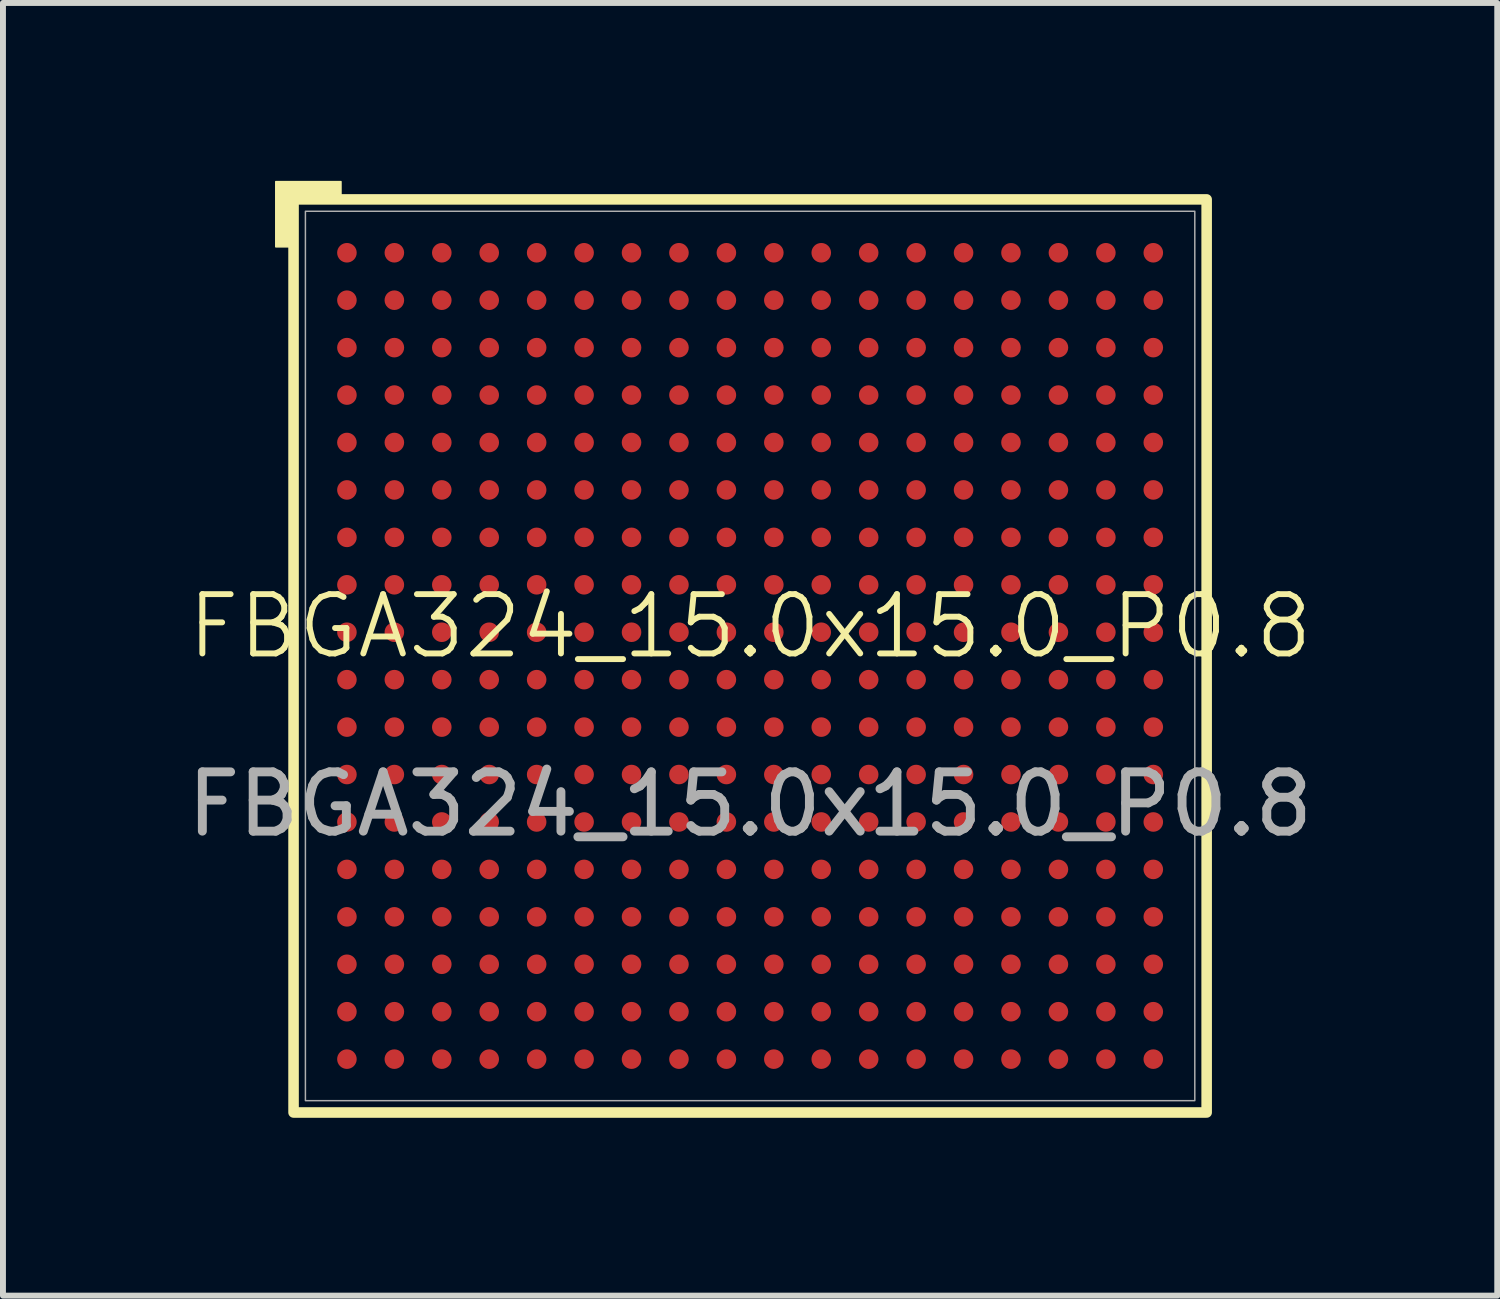
<source format=kicad_pcb>
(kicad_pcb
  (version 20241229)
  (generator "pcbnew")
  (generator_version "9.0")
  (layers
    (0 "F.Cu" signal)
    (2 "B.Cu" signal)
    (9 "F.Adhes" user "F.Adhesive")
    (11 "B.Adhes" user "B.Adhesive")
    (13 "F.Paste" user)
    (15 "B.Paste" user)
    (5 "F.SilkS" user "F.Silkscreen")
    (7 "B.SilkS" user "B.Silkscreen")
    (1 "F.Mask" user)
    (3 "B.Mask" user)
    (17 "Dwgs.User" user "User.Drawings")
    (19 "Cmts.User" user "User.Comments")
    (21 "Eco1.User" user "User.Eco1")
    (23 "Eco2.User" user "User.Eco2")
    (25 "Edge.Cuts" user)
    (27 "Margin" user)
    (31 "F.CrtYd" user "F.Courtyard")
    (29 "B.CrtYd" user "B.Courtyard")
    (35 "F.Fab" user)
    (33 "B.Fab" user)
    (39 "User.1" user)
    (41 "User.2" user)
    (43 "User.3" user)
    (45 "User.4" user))
  (footprint "FBGA324_15.0x15.0_P0.8"
    (layer "F.Cu")
    (at 9.601 8.013)
    (property "Reference" "FBGA324_15.0x15.0_P0.8" (at 0 -0.5 0) (unlocked yes) (layer "F.SilkS") (effects (font (size 1 1) (thickness 0.1))))
    (attr smd)
    (fp_rect (start -7.7 7.7) (end 7.7 -7.7) (stroke (width 0.178) (type default)) (fill no) (layer "F.SilkS"))
    (fp_poly (pts (xy -7.7 -6.9) (xy -8 -6.9) (xy -8 -8) (xy -6.9 -8) (xy -6.9 -7.7) (xy -7.7 -7.7)) (stroke (width 0.025) (type solid)) (fill yes) (layer "F.SilkS"))
    (fp_rect (start -7.5 7.5) (end 7.5 -7.5) (stroke (width 0.025) (type default)) (fill no) (layer "F.Fab"))
    (fp_text user "${REFERENCE}" (at 0 2.5 0) (unlocked yes) (layer "F.Fab") (effects (font (size 1 1) (thickness 0.15))))
    (pad "A1" smd circle (at -6.8 -6.8) (size 0.33 0.33) (layers "F.Cu" "F.Mask" "F.Paste"))
    (pad "A2" smd circle (at -6 -6.8) (size 0.33 0.33) (layers "F.Cu" "F.Mask" "F.Paste"))
    (pad "A3" smd circle (at -5.2 -6.8) (size 0.33 0.33) (layers "F.Cu" "F.Mask" "F.Paste"))
    (pad "A4" smd circle (at -4.4 -6.8) (size 0.33 0.33) (layers "F.Cu" "F.Mask" "F.Paste"))
    (pad "A5" smd circle (at -3.6 -6.8) (size 0.33 0.33) (layers "F.Cu" "F.Mask" "F.Paste"))
    (pad "A6" smd circle (at -2.8 -6.8) (size 0.33 0.33) (layers "F.Cu" "F.Mask" "F.Paste"))
    (pad "A7" smd circle (at -2 -6.8) (size 0.33 0.33) (layers "F.Cu" "F.Mask" "F.Paste"))
    (pad "A8" smd circle (at -1.2 -6.8) (size 0.33 0.33) (layers "F.Cu" "F.Mask" "F.Paste"))
    (pad "A9" smd circle (at -0.4 -6.8) (size 0.33 0.33) (layers "F.Cu" "F.Mask" "F.Paste"))
    (pad "A10" smd circle (at 0.4 -6.8) (size 0.33 0.33) (layers "F.Cu" "F.Mask" "F.Paste"))
    (pad "A11" smd circle (at 1.2 -6.8) (size 0.33 0.33) (layers "F.Cu" "F.Mask" "F.Paste"))
    (pad "A12" smd circle (at 2 -6.8) (size 0.33 0.33) (layers "F.Cu" "F.Mask" "F.Paste"))
    (pad "A13" smd circle (at 2.8 -6.8) (size 0.33 0.33) (layers "F.Cu" "F.Mask" "F.Paste"))
    (pad "A14" smd circle (at 3.6 -6.8) (size 0.33 0.33) (layers "F.Cu" "F.Mask" "F.Paste"))
    (pad "A15" smd circle (at 4.4 -6.8) (size 0.33 0.33) (layers "F.Cu" "F.Mask" "F.Paste"))
    (pad "A16" smd circle (at 5.2 -6.8) (size 0.33 0.33) (layers "F.Cu" "F.Mask" "F.Paste"))
    (pad "A17" smd circle (at 6 -6.8) (size 0.33 0.33) (layers "F.Cu" "F.Mask" "F.Paste"))
    (pad "A18" smd circle (at 6.8 -6.8) (size 0.33 0.33) (layers "F.Cu" "F.Mask" "F.Paste"))
    (pad "B1" smd circle (at -6.8 -6) (size 0.33 0.33) (layers "F.Cu" "F.Mask" "F.Paste"))
    (pad "B2" smd circle (at -6 -6) (size 0.33 0.33) (layers "F.Cu" "F.Mask" "F.Paste"))
    (pad "B3" smd circle (at -5.2 -6) (size 0.33 0.33) (layers "F.Cu" "F.Mask" "F.Paste"))
    (pad "B4" smd circle (at -4.4 -6) (size 0.33 0.33) (layers "F.Cu" "F.Mask" "F.Paste"))
    (pad "B5" smd circle (at -3.6 -6) (size 0.33 0.33) (layers "F.Cu" "F.Mask" "F.Paste"))
    (pad "B6" smd circle (at -2.8 -6) (size 0.33 0.33) (layers "F.Cu" "F.Mask" "F.Paste"))
    (pad "B7" smd circle (at -2 -6) (size 0.33 0.33) (layers "F.Cu" "F.Mask" "F.Paste"))
    (pad "B8" smd circle (at -1.2 -6) (size 0.33 0.33) (layers "F.Cu" "F.Mask" "F.Paste"))
    (pad "B9" smd circle (at -0.4 -6) (size 0.33 0.33) (layers "F.Cu" "F.Mask" "F.Paste"))
    (pad "B10" smd circle (at 0.4 -6) (size 0.33 0.33) (layers "F.Cu" "F.Mask" "F.Paste"))
    (pad "B11" smd circle (at 1.2 -6) (size 0.33 0.33) (layers "F.Cu" "F.Mask" "F.Paste"))
    (pad "B12" smd circle (at 2 -6) (size 0.33 0.33) (layers "F.Cu" "F.Mask" "F.Paste"))
    (pad "B13" smd circle (at 2.8 -6) (size 0.33 0.33) (layers "F.Cu" "F.Mask" "F.Paste"))
    (pad "B14" smd circle (at 3.6 -6) (size 0.33 0.33) (layers "F.Cu" "F.Mask" "F.Paste"))
    (pad "B15" smd circle (at 4.4 -6) (size 0.33 0.33) (layers "F.Cu" "F.Mask" "F.Paste"))
    (pad "B16" smd circle (at 5.2 -6) (size 0.33 0.33) (layers "F.Cu" "F.Mask" "F.Paste"))
    (pad "B17" smd circle (at 6 -6) (size 0.33 0.33) (layers "F.Cu" "F.Mask" "F.Paste"))
    (pad "B18" smd circle (at 6.8 -6) (size 0.33 0.33) (layers "F.Cu" "F.Mask" "F.Paste"))
    (pad "C1" smd circle (at -6.8 -5.2) (size 0.33 0.33) (layers "F.Cu" "F.Mask" "F.Paste"))
    (pad "C2" smd circle (at -6 -5.2) (size 0.33 0.33) (layers "F.Cu" "F.Mask" "F.Paste"))
    (pad "C3" smd circle (at -5.2 -5.2) (size 0.33 0.33) (layers "F.Cu" "F.Mask" "F.Paste"))
    (pad "C4" smd circle (at -4.4 -5.2) (size 0.33 0.33) (layers "F.Cu" "F.Mask" "F.Paste"))
    (pad "C5" smd circle (at -3.6 -5.2) (size 0.33 0.33) (layers "F.Cu" "F.Mask" "F.Paste"))
    (pad "C6" smd circle (at -2.8 -5.2) (size 0.33 0.33) (layers "F.Cu" "F.Mask" "F.Paste"))
    (pad "C7" smd circle (at -2 -5.2) (size 0.33 0.33) (layers "F.Cu" "F.Mask" "F.Paste"))
    (pad "C8" smd circle (at -1.2 -5.2) (size 0.33 0.33) (layers "F.Cu" "F.Mask" "F.Paste"))
    (pad "C9" smd circle (at -0.4 -5.2) (size 0.33 0.33) (layers "F.Cu" "F.Mask" "F.Paste"))
    (pad "C10" smd circle (at 0.4 -5.2) (size 0.33 0.33) (layers "F.Cu" "F.Mask" "F.Paste"))
    (pad "C11" smd circle (at 1.2 -5.2) (size 0.33 0.33) (layers "F.Cu" "F.Mask" "F.Paste"))
    (pad "C12" smd circle (at 2 -5.2) (size 0.33 0.33) (layers "F.Cu" "F.Mask" "F.Paste"))
    (pad "C13" smd circle (at 2.8 -5.2) (size 0.33 0.33) (layers "F.Cu" "F.Mask" "F.Paste"))
    (pad "C14" smd circle (at 3.6 -5.2) (size 0.33 0.33) (layers "F.Cu" "F.Mask" "F.Paste"))
    (pad "C15" smd circle (at 4.4 -5.2) (size 0.33 0.33) (layers "F.Cu" "F.Mask" "F.Paste"))
    (pad "C16" smd circle (at 5.2 -5.2) (size 0.33 0.33) (layers "F.Cu" "F.Mask" "F.Paste"))
    (pad "C17" smd circle (at 6 -5.2) (size 0.33 0.33) (layers "F.Cu" "F.Mask" "F.Paste"))
    (pad "C18" smd circle (at 6.8 -5.2) (size 0.33 0.33) (layers "F.Cu" "F.Mask" "F.Paste"))
    (pad "D1" smd circle (at -6.8 -4.4) (size 0.33 0.33) (layers "F.Cu" "F.Mask" "F.Paste"))
    (pad "D2" smd circle (at -6 -4.4) (size 0.33 0.33) (layers "F.Cu" "F.Mask" "F.Paste"))
    (pad "D3" smd circle (at -5.2 -4.4) (size 0.33 0.33) (layers "F.Cu" "F.Mask" "F.Paste"))
    (pad "D4" smd circle (at -4.4 -4.4) (size 0.33 0.33) (layers "F.Cu" "F.Mask" "F.Paste"))
    (pad "D5" smd circle (at -3.6 -4.4) (size 0.33 0.33) (layers "F.Cu" "F.Mask" "F.Paste"))
    (pad "D6" smd circle (at -2.8 -4.4) (size 0.33 0.33) (layers "F.Cu" "F.Mask" "F.Paste"))
    (pad "D7" smd circle (at -2 -4.4) (size 0.33 0.33) (layers "F.Cu" "F.Mask" "F.Paste"))
    (pad "D8" smd circle (at -1.2 -4.4) (size 0.33 0.33) (layers "F.Cu" "F.Mask" "F.Paste"))
    (pad "D9" smd circle (at -0.4 -4.4) (size 0.33 0.33) (layers "F.Cu" "F.Mask" "F.Paste"))
    (pad "D10" smd circle (at 0.4 -4.4) (size 0.33 0.33) (layers "F.Cu" "F.Mask" "F.Paste"))
    (pad "D11" smd circle (at 1.2 -4.4) (size 0.33 0.33) (layers "F.Cu" "F.Mask" "F.Paste"))
    (pad "D12" smd circle (at 2 -4.4) (size 0.33 0.33) (layers "F.Cu" "F.Mask" "F.Paste"))
    (pad "D13" smd circle (at 2.8 -4.4) (size 0.33 0.33) (layers "F.Cu" "F.Mask" "F.Paste"))
    (pad "D14" smd circle (at 3.6 -4.4) (size 0.33 0.33) (layers "F.Cu" "F.Mask" "F.Paste"))
    (pad "D15" smd circle (at 4.4 -4.4) (size 0.33 0.33) (layers "F.Cu" "F.Mask" "F.Paste"))
    (pad "D16" smd circle (at 5.2 -4.4) (size 0.33 0.33) (layers "F.Cu" "F.Mask" "F.Paste"))
    (pad "D17" smd circle (at 6 -4.4) (size 0.33 0.33) (layers "F.Cu" "F.Mask" "F.Paste"))
    (pad "D18" smd circle (at 6.8 -4.4) (size 0.33 0.33) (layers "F.Cu" "F.Mask" "F.Paste"))
    (pad "E1" smd circle (at -6.8 -3.6) (size 0.33 0.33) (layers "F.Cu" "F.Mask" "F.Paste"))
    (pad "E2" smd circle (at -6 -3.6) (size 0.33 0.33) (layers "F.Cu" "F.Mask" "F.Paste"))
    (pad "E3" smd circle (at -5.2 -3.6) (size 0.33 0.33) (layers "F.Cu" "F.Mask" "F.Paste"))
    (pad "E4" smd circle (at -4.4 -3.6) (size 0.33 0.33) (layers "F.Cu" "F.Mask" "F.Paste"))
    (pad "E5" smd circle (at -3.6 -3.6) (size 0.33 0.33) (layers "F.Cu" "F.Mask" "F.Paste"))
    (pad "E6" smd circle (at -2.8 -3.6) (size 0.33 0.33) (layers "F.Cu" "F.Mask" "F.Paste"))
    (pad "E7" smd circle (at -2 -3.6) (size 0.33 0.33) (layers "F.Cu" "F.Mask" "F.Paste"))
    (pad "E8" smd circle (at -1.2 -3.6) (size 0.33 0.33) (layers "F.Cu" "F.Mask" "F.Paste"))
    (pad "E9" smd circle (at -0.4 -3.6) (size 0.33 0.33) (layers "F.Cu" "F.Mask" "F.Paste"))
    (pad "E10" smd circle (at 0.4 -3.6) (size 0.33 0.33) (layers "F.Cu" "F.Mask" "F.Paste"))
    (pad "E11" smd circle (at 1.2 -3.6) (size 0.33 0.33) (layers "F.Cu" "F.Mask" "F.Paste"))
    (pad "E12" smd circle (at 2 -3.6) (size 0.33 0.33) (layers "F.Cu" "F.Mask" "F.Paste"))
    (pad "E13" smd circle (at 2.8 -3.6) (size 0.33 0.33) (layers "F.Cu" "F.Mask" "F.Paste"))
    (pad "E14" smd circle (at 3.6 -3.6) (size 0.33 0.33) (layers "F.Cu" "F.Mask" "F.Paste"))
    (pad "E15" smd circle (at 4.4 -3.6) (size 0.33 0.33) (layers "F.Cu" "F.Mask" "F.Paste"))
    (pad "E16" smd circle (at 5.2 -3.6) (size 0.33 0.33) (layers "F.Cu" "F.Mask" "F.Paste"))
    (pad "E17" smd circle (at 6 -3.6) (size 0.33 0.33) (layers "F.Cu" "F.Mask" "F.Paste"))
    (pad "E18" smd circle (at 6.8 -3.6) (size 0.33 0.33) (layers "F.Cu" "F.Mask" "F.Paste"))
    (pad "F1" smd circle (at -6.8 -2.8) (size 0.33 0.33) (layers "F.Cu" "F.Mask" "F.Paste"))
    (pad "F2" smd circle (at -6 -2.8) (size 0.33 0.33) (layers "F.Cu" "F.Mask" "F.Paste"))
    (pad "F3" smd circle (at -5.2 -2.8) (size 0.33 0.33) (layers "F.Cu" "F.Mask" "F.Paste"))
    (pad "F4" smd circle (at -4.4 -2.8) (size 0.33 0.33) (layers "F.Cu" "F.Mask" "F.Paste"))
    (pad "F5" smd circle (at -3.6 -2.8) (size 0.33 0.33) (layers "F.Cu" "F.Mask" "F.Paste"))
    (pad "F6" smd circle (at -2.8 -2.8) (size 0.33 0.33) (layers "F.Cu" "F.Mask" "F.Paste"))
    (pad "F7" smd circle (at -2 -2.8) (size 0.33 0.33) (layers "F.Cu" "F.Mask" "F.Paste"))
    (pad "F8" smd circle (at -1.2 -2.8) (size 0.33 0.33) (layers "F.Cu" "F.Mask" "F.Paste"))
    (pad "F9" smd circle (at -0.4 -2.8) (size 0.33 0.33) (layers "F.Cu" "F.Mask" "F.Paste"))
    (pad "F10" smd circle (at 0.4 -2.8) (size 0.33 0.33) (layers "F.Cu" "F.Mask" "F.Paste"))
    (pad "F11" smd circle (at 1.2 -2.8) (size 0.33 0.33) (layers "F.Cu" "F.Mask" "F.Paste"))
    (pad "F12" smd circle (at 2 -2.8) (size 0.33 0.33) (layers "F.Cu" "F.Mask" "F.Paste"))
    (pad "F13" smd circle (at 2.8 -2.8) (size 0.33 0.33) (layers "F.Cu" "F.Mask" "F.Paste"))
    (pad "F14" smd circle (at 3.6 -2.8) (size 0.33 0.33) (layers "F.Cu" "F.Mask" "F.Paste"))
    (pad "F15" smd circle (at 4.4 -2.8) (size 0.33 0.33) (layers "F.Cu" "F.Mask" "F.Paste"))
    (pad "F16" smd circle (at 5.2 -2.8) (size 0.33 0.33) (layers "F.Cu" "F.Mask" "F.Paste"))
    (pad "F17" smd circle (at 6 -2.8) (size 0.33 0.33) (layers "F.Cu" "F.Mask" "F.Paste"))
    (pad "F18" smd circle (at 6.8 -2.8) (size 0.33 0.33) (layers "F.Cu" "F.Mask" "F.Paste"))
    (pad "G1" smd circle (at -6.8 -2) (size 0.33 0.33) (layers "F.Cu" "F.Mask" "F.Paste"))
    (pad "G2" smd circle (at -6 -2) (size 0.33 0.33) (layers "F.Cu" "F.Mask" "F.Paste"))
    (pad "G3" smd circle (at -5.2 -2) (size 0.33 0.33) (layers "F.Cu" "F.Mask" "F.Paste"))
    (pad "G4" smd circle (at -4.4 -2) (size 0.33 0.33) (layers "F.Cu" "F.Mask" "F.Paste"))
    (pad "G5" smd circle (at -3.6 -2) (size 0.33 0.33) (layers "F.Cu" "F.Mask" "F.Paste"))
    (pad "G6" smd circle (at -2.8 -2) (size 0.33 0.33) (layers "F.Cu" "F.Mask" "F.Paste"))
    (pad "G7" smd circle (at -2 -2) (size 0.33 0.33) (layers "F.Cu" "F.Mask" "F.Paste"))
    (pad "G8" smd circle (at -1.2 -2) (size 0.33 0.33) (layers "F.Cu" "F.Mask" "F.Paste"))
    (pad "G9" smd circle (at -0.4 -2) (size 0.33 0.33) (layers "F.Cu" "F.Mask" "F.Paste"))
    (pad "G10" smd circle (at 0.4 -2) (size 0.33 0.33) (layers "F.Cu" "F.Mask" "F.Paste"))
    (pad "G11" smd circle (at 1.2 -2) (size 0.33 0.33) (layers "F.Cu" "F.Mask" "F.Paste"))
    (pad "G12" smd circle (at 2 -2) (size 0.33 0.33) (layers "F.Cu" "F.Mask" "F.Paste"))
    (pad "G13" smd circle (at 2.8 -2) (size 0.33 0.33) (layers "F.Cu" "F.Mask" "F.Paste"))
    (pad "G14" smd circle (at 3.6 -2) (size 0.33 0.33) (layers "F.Cu" "F.Mask" "F.Paste"))
    (pad "G15" smd circle (at 4.4 -2) (size 0.33 0.33) (layers "F.Cu" "F.Mask" "F.Paste"))
    (pad "G16" smd circle (at 5.2 -2) (size 0.33 0.33) (layers "F.Cu" "F.Mask" "F.Paste"))
    (pad "G17" smd circle (at 6 -2) (size 0.33 0.33) (layers "F.Cu" "F.Mask" "F.Paste"))
    (pad "G18" smd circle (at 6.8 -2) (size 0.33 0.33) (layers "F.Cu" "F.Mask" "F.Paste"))
    (pad "H1" smd circle (at -6.8 -1.2) (size 0.33 0.33) (layers "F.Cu" "F.Mask" "F.Paste"))
    (pad "H2" smd circle (at -6 -1.2) (size 0.33 0.33) (layers "F.Cu" "F.Mask" "F.Paste"))
    (pad "H3" smd circle (at -5.2 -1.2) (size 0.33 0.33) (layers "F.Cu" "F.Mask" "F.Paste"))
    (pad "H4" smd circle (at -4.4 -1.2) (size 0.33 0.33) (layers "F.Cu" "F.Mask" "F.Paste"))
    (pad "H5" smd circle (at -3.6 -1.2) (size 0.33 0.33) (layers "F.Cu" "F.Mask" "F.Paste"))
    (pad "H6" smd circle (at -2.8 -1.2) (size 0.33 0.33) (layers "F.Cu" "F.Mask" "F.Paste"))
    (pad "H7" smd circle (at -2 -1.2) (size 0.33 0.33) (layers "F.Cu" "F.Mask" "F.Paste"))
    (pad "H8" smd circle (at -1.2 -1.2) (size 0.33 0.33) (layers "F.Cu" "F.Mask" "F.Paste"))
    (pad "H9" smd circle (at -0.4 -1.2) (size 0.33 0.33) (layers "F.Cu" "F.Mask" "F.Paste"))
    (pad "H10" smd circle (at 0.4 -1.2) (size 0.33 0.33) (layers "F.Cu" "F.Mask" "F.Paste"))
    (pad "H11" smd circle (at 1.2 -1.2) (size 0.33 0.33) (layers "F.Cu" "F.Mask" "F.Paste"))
    (pad "H12" smd circle (at 2 -1.2) (size 0.33 0.33) (layers "F.Cu" "F.Mask" "F.Paste"))
    (pad "H13" smd circle (at 2.8 -1.2) (size 0.33 0.33) (layers "F.Cu" "F.Mask" "F.Paste"))
    (pad "H14" smd circle (at 3.6 -1.2) (size 0.33 0.33) (layers "F.Cu" "F.Mask" "F.Paste"))
    (pad "H15" smd circle (at 4.4 -1.2) (size 0.33 0.33) (layers "F.Cu" "F.Mask" "F.Paste"))
    (pad "H16" smd circle (at 5.2 -1.2) (size 0.33 0.33) (layers "F.Cu" "F.Mask" "F.Paste"))
    (pad "H17" smd circle (at 6 -1.2) (size 0.33 0.33) (layers "F.Cu" "F.Mask" "F.Paste"))
    (pad "H18" smd circle (at 6.8 -1.2) (size 0.33 0.33) (layers "F.Cu" "F.Mask" "F.Paste"))
    (pad "J1" smd circle (at -6.8 -0.4) (size 0.33 0.33) (layers "F.Cu" "F.Mask" "F.Paste"))
    (pad "J2" smd circle (at -6 -0.4) (size 0.33 0.33) (layers "F.Cu" "F.Mask" "F.Paste"))
    (pad "J3" smd circle (at -5.2 -0.4) (size 0.33 0.33) (layers "F.Cu" "F.Mask" "F.Paste"))
    (pad "J4" smd circle (at -4.4 -0.4) (size 0.33 0.33) (layers "F.Cu" "F.Mask" "F.Paste"))
    (pad "J5" smd circle (at -3.6 -0.4) (size 0.33 0.33) (layers "F.Cu" "F.Mask" "F.Paste"))
    (pad "J6" smd circle (at -2.8 -0.4) (size 0.33 0.33) (layers "F.Cu" "F.Mask" "F.Paste"))
    (pad "J7" smd circle (at -2 -0.4) (size 0.33 0.33) (layers "F.Cu" "F.Mask" "F.Paste"))
    (pad "J8" smd circle (at -1.2 -0.4) (size 0.33 0.33) (layers "F.Cu" "F.Mask" "F.Paste"))
    (pad "J9" smd circle (at -0.4 -0.4) (size 0.33 0.33) (layers "F.Cu" "F.Mask" "F.Paste"))
    (pad "J10" smd circle (at 0.4 -0.4) (size 0.33 0.33) (layers "F.Cu" "F.Mask" "F.Paste"))
    (pad "J11" smd circle (at 1.2 -0.4) (size 0.33 0.33) (layers "F.Cu" "F.Mask" "F.Paste"))
    (pad "J12" smd circle (at 2 -0.4) (size 0.33 0.33) (layers "F.Cu" "F.Mask" "F.Paste"))
    (pad "J13" smd circle (at 2.8 -0.4) (size 0.33 0.33) (layers "F.Cu" "F.Mask" "F.Paste"))
    (pad "J14" smd circle (at 3.6 -0.4) (size 0.33 0.33) (layers "F.Cu" "F.Mask" "F.Paste"))
    (pad "J15" smd circle (at 4.4 -0.4) (size 0.33 0.33) (layers "F.Cu" "F.Mask" "F.Paste"))
    (pad "J16" smd circle (at 5.2 -0.4) (size 0.33 0.33) (layers "F.Cu" "F.Mask" "F.Paste"))
    (pad "J17" smd circle (at 6 -0.4) (size 0.33 0.33) (layers "F.Cu" "F.Mask" "F.Paste"))
    (pad "J18" smd circle (at 6.8 -0.4) (size 0.33 0.33) (layers "F.Cu" "F.Mask" "F.Paste"))
    (pad "K1" smd circle (at -6.8 0.4) (size 0.33 0.33) (layers "F.Cu" "F.Mask" "F.Paste"))
    (pad "K2" smd circle (at -6 0.4) (size 0.33 0.33) (layers "F.Cu" "F.Mask" "F.Paste"))
    (pad "K3" smd circle (at -5.2 0.4) (size 0.33 0.33) (layers "F.Cu" "F.Mask" "F.Paste"))
    (pad "K4" smd circle (at -4.4 0.4) (size 0.33 0.33) (layers "F.Cu" "F.Mask" "F.Paste"))
    (pad "K5" smd circle (at -3.6 0.4) (size 0.33 0.33) (layers "F.Cu" "F.Mask" "F.Paste"))
    (pad "K6" smd circle (at -2.8 0.4) (size 0.33 0.33) (layers "F.Cu" "F.Mask" "F.Paste"))
    (pad "K7" smd circle (at -2 0.4) (size 0.33 0.33) (layers "F.Cu" "F.Mask" "F.Paste"))
    (pad "K8" smd circle (at -1.2 0.4) (size 0.33 0.33) (layers "F.Cu" "F.Mask" "F.Paste"))
    (pad "K9" smd circle (at -0.4 0.4) (size 0.33 0.33) (layers "F.Cu" "F.Mask" "F.Paste"))
    (pad "K10" smd circle (at 0.4 0.4) (size 0.33 0.33) (layers "F.Cu" "F.Mask" "F.Paste"))
    (pad "K11" smd circle (at 1.2 0.4) (size 0.33 0.33) (layers "F.Cu" "F.Mask" "F.Paste"))
    (pad "K12" smd circle (at 2 0.4) (size 0.33 0.33) (layers "F.Cu" "F.Mask" "F.Paste"))
    (pad "K13" smd circle (at 2.8 0.4) (size 0.33 0.33) (layers "F.Cu" "F.Mask" "F.Paste"))
    (pad "K14" smd circle (at 3.6 0.4) (size 0.33 0.33) (layers "F.Cu" "F.Mask" "F.Paste"))
    (pad "K15" smd circle (at 4.4 0.4) (size 0.33 0.33) (layers "F.Cu" "F.Mask" "F.Paste"))
    (pad "K16" smd circle (at 5.2 0.4) (size 0.33 0.33) (layers "F.Cu" "F.Mask" "F.Paste"))
    (pad "K17" smd circle (at 6 0.4) (size 0.33 0.33) (layers "F.Cu" "F.Mask" "F.Paste"))
    (pad "K18" smd circle (at 6.8 0.4) (size 0.33 0.33) (layers "F.Cu" "F.Mask" "F.Paste"))
    (pad "L1" smd circle (at -6.8 1.2) (size 0.33 0.33) (layers "F.Cu" "F.Mask" "F.Paste"))
    (pad "L2" smd circle (at -6 1.2) (size 0.33 0.33) (layers "F.Cu" "F.Mask" "F.Paste"))
    (pad "L3" smd circle (at -5.2 1.2) (size 0.33 0.33) (layers "F.Cu" "F.Mask" "F.Paste"))
    (pad "L4" smd circle (at -4.4 1.2) (size 0.33 0.33) (layers "F.Cu" "F.Mask" "F.Paste"))
    (pad "L5" smd circle (at -3.6 1.2) (size 0.33 0.33) (layers "F.Cu" "F.Mask" "F.Paste"))
    (pad "L6" smd circle (at -2.8 1.2) (size 0.33 0.33) (layers "F.Cu" "F.Mask" "F.Paste"))
    (pad "L7" smd circle (at -2 1.2) (size 0.33 0.33) (layers "F.Cu" "F.Mask" "F.Paste"))
    (pad "L8" smd circle (at -1.2 1.2) (size 0.33 0.33) (layers "F.Cu" "F.Mask" "F.Paste"))
    (pad "L9" smd circle (at -0.4 1.2) (size 0.33 0.33) (layers "F.Cu" "F.Mask" "F.Paste"))
    (pad "L10" smd circle (at 0.4 1.2) (size 0.33 0.33) (layers "F.Cu" "F.Mask" "F.Paste"))
    (pad "L11" smd circle (at 1.2 1.2) (size 0.33 0.33) (layers "F.Cu" "F.Mask" "F.Paste"))
    (pad "L12" smd circle (at 2 1.2) (size 0.33 0.33) (layers "F.Cu" "F.Mask" "F.Paste"))
    (pad "L13" smd circle (at 2.8 1.2) (size 0.33 0.33) (layers "F.Cu" "F.Mask" "F.Paste"))
    (pad "L14" smd circle (at 3.6 1.2) (size 0.33 0.33) (layers "F.Cu" "F.Mask" "F.Paste"))
    (pad "L15" smd circle (at 4.4 1.2) (size 0.33 0.33) (layers "F.Cu" "F.Mask" "F.Paste"))
    (pad "L16" smd circle (at 5.2 1.2) (size 0.33 0.33) (layers "F.Cu" "F.Mask" "F.Paste"))
    (pad "L17" smd circle (at 6 1.2) (size 0.33 0.33) (layers "F.Cu" "F.Mask" "F.Paste"))
    (pad "L18" smd circle (at 6.8 1.2) (size 0.33 0.33) (layers "F.Cu" "F.Mask" "F.Paste"))
    (pad "M1" smd circle (at -6.8 2) (size 0.33 0.33) (layers "F.Cu" "F.Mask" "F.Paste"))
    (pad "M2" smd circle (at -6 2) (size 0.33 0.33) (layers "F.Cu" "F.Mask" "F.Paste"))
    (pad "M3" smd circle (at -5.2 2) (size 0.33 0.33) (layers "F.Cu" "F.Mask" "F.Paste"))
    (pad "M4" smd circle (at -4.4 2) (size 0.33 0.33) (layers "F.Cu" "F.Mask" "F.Paste"))
    (pad "M5" smd circle (at -3.6 2) (size 0.33 0.33) (layers "F.Cu" "F.Mask" "F.Paste"))
    (pad "M6" smd circle (at -2.8 2) (size 0.33 0.33) (layers "F.Cu" "F.Mask" "F.Paste"))
    (pad "M7" smd circle (at -2 2) (size 0.33 0.33) (layers "F.Cu" "F.Mask" "F.Paste"))
    (pad "M8" smd circle (at -1.2 2) (size 0.33 0.33) (layers "F.Cu" "F.Mask" "F.Paste"))
    (pad "M9" smd circle (at -0.4 2) (size 0.33 0.33) (layers "F.Cu" "F.Mask" "F.Paste"))
    (pad "M10" smd circle (at 0.4 2) (size 0.33 0.33) (layers "F.Cu" "F.Mask" "F.Paste"))
    (pad "M11" smd circle (at 1.2 2) (size 0.33 0.33) (layers "F.Cu" "F.Mask" "F.Paste"))
    (pad "M12" smd circle (at 2 2) (size 0.33 0.33) (layers "F.Cu" "F.Mask" "F.Paste"))
    (pad "M13" smd circle (at 2.8 2) (size 0.33 0.33) (layers "F.Cu" "F.Mask" "F.Paste"))
    (pad "M14" smd circle (at 3.6 2) (size 0.33 0.33) (layers "F.Cu" "F.Mask" "F.Paste"))
    (pad "M15" smd circle (at 4.4 2) (size 0.33 0.33) (layers "F.Cu" "F.Mask" "F.Paste"))
    (pad "M16" smd circle (at 5.2 2) (size 0.33 0.33) (layers "F.Cu" "F.Mask" "F.Paste"))
    (pad "M17" smd circle (at 6 2) (size 0.33 0.33) (layers "F.Cu" "F.Mask" "F.Paste"))
    (pad "M18" smd circle (at 6.8 2) (size 0.33 0.33) (layers "F.Cu" "F.Mask" "F.Paste"))
    (pad "N1" smd circle (at -6.8 2.8) (size 0.33 0.33) (layers "F.Cu" "F.Mask" "F.Paste"))
    (pad "N2" smd circle (at -6 2.8) (size 0.33 0.33) (layers "F.Cu" "F.Mask" "F.Paste"))
    (pad "N3" smd circle (at -5.2 2.8) (size 0.33 0.33) (layers "F.Cu" "F.Mask" "F.Paste"))
    (pad "N4" smd circle (at -4.4 2.8) (size 0.33 0.33) (layers "F.Cu" "F.Mask" "F.Paste"))
    (pad "N5" smd circle (at -3.6 2.8) (size 0.33 0.33) (layers "F.Cu" "F.Mask" "F.Paste"))
    (pad "N6" smd circle (at -2.8 2.8) (size 0.33 0.33) (layers "F.Cu" "F.Mask" "F.Paste"))
    (pad "N7" smd circle (at -2 2.8) (size 0.33 0.33) (layers "F.Cu" "F.Mask" "F.Paste"))
    (pad "N8" smd circle (at -1.2 2.8) (size 0.33 0.33) (layers "F.Cu" "F.Mask" "F.Paste"))
    (pad "N9" smd circle (at -0.4 2.8) (size 0.33 0.33) (layers "F.Cu" "F.Mask" "F.Paste"))
    (pad "N10" smd circle (at 0.4 2.8) (size 0.33 0.33) (layers "F.Cu" "F.Mask" "F.Paste"))
    (pad "N11" smd circle (at 1.2 2.8) (size 0.33 0.33) (layers "F.Cu" "F.Mask" "F.Paste"))
    (pad "N12" smd circle (at 2 2.8) (size 0.33 0.33) (layers "F.Cu" "F.Mask" "F.Paste"))
    (pad "N13" smd circle (at 2.8 2.8) (size 0.33 0.33) (layers "F.Cu" "F.Mask" "F.Paste"))
    (pad "N14" smd circle (at 3.6 2.8) (size 0.33 0.33) (layers "F.Cu" "F.Mask" "F.Paste"))
    (pad "N15" smd circle (at 4.4 2.8) (size 0.33 0.33) (layers "F.Cu" "F.Mask" "F.Paste"))
    (pad "N16" smd circle (at 5.2 2.8) (size 0.33 0.33) (layers "F.Cu" "F.Mask" "F.Paste"))
    (pad "N17" smd circle (at 6 2.8) (size 0.33 0.33) (layers "F.Cu" "F.Mask" "F.Paste"))
    (pad "N18" smd circle (at 6.8 2.8) (size 0.33 0.33) (layers "F.Cu" "F.Mask" "F.Paste"))
    (pad "P1" smd circle (at -6.8 3.6) (size 0.33 0.33) (layers "F.Cu" "F.Mask" "F.Paste"))
    (pad "P2" smd circle (at -6 3.6) (size 0.33 0.33) (layers "F.Cu" "F.Mask" "F.Paste"))
    (pad "P3" smd circle (at -5.2 3.6) (size 0.33 0.33) (layers "F.Cu" "F.Mask" "F.Paste"))
    (pad "P4" smd circle (at -4.4 3.6) (size 0.33 0.33) (layers "F.Cu" "F.Mask" "F.Paste"))
    (pad "P5" smd circle (at -3.6 3.6) (size 0.33 0.33) (layers "F.Cu" "F.Mask" "F.Paste"))
    (pad "P6" smd circle (at -2.8 3.6) (size 0.33 0.33) (layers "F.Cu" "F.Mask" "F.Paste"))
    (pad "P7" smd circle (at -2 3.6) (size 0.33 0.33) (layers "F.Cu" "F.Mask" "F.Paste"))
    (pad "P8" smd circle (at -1.2 3.6) (size 0.33 0.33) (layers "F.Cu" "F.Mask" "F.Paste"))
    (pad "P9" smd circle (at -0.4 3.6) (size 0.33 0.33) (layers "F.Cu" "F.Mask" "F.Paste"))
    (pad "P10" smd circle (at 0.4 3.6) (size 0.33 0.33) (layers "F.Cu" "F.Mask" "F.Paste"))
    (pad "P11" smd circle (at 1.2 3.6) (size 0.33 0.33) (layers "F.Cu" "F.Mask" "F.Paste"))
    (pad "P12" smd circle (at 2 3.6) (size 0.33 0.33) (layers "F.Cu" "F.Mask" "F.Paste"))
    (pad "P13" smd circle (at 2.8 3.6) (size 0.33 0.33) (layers "F.Cu" "F.Mask" "F.Paste"))
    (pad "P14" smd circle (at 3.6 3.6) (size 0.33 0.33) (layers "F.Cu" "F.Mask" "F.Paste"))
    (pad "P15" smd circle (at 4.4 3.6) (size 0.33 0.33) (layers "F.Cu" "F.Mask" "F.Paste"))
    (pad "P16" smd circle (at 5.2 3.6) (size 0.33 0.33) (layers "F.Cu" "F.Mask" "F.Paste"))
    (pad "P17" smd circle (at 6 3.6) (size 0.33 0.33) (layers "F.Cu" "F.Mask" "F.Paste"))
    (pad "P18" smd circle (at 6.8 3.6) (size 0.33 0.33) (layers "F.Cu" "F.Mask" "F.Paste"))
    (pad "R1" smd circle (at -6.8 4.4) (size 0.33 0.33) (layers "F.Cu" "F.Mask" "F.Paste"))
    (pad "R2" smd circle (at -6 4.4) (size 0.33 0.33) (layers "F.Cu" "F.Mask" "F.Paste"))
    (pad "R3" smd circle (at -5.2 4.4) (size 0.33 0.33) (layers "F.Cu" "F.Mask" "F.Paste"))
    (pad "R4" smd circle (at -4.4 4.4) (size 0.33 0.33) (layers "F.Cu" "F.Mask" "F.Paste"))
    (pad "R5" smd circle (at -3.6 4.4) (size 0.33 0.33) (layers "F.Cu" "F.Mask" "F.Paste"))
    (pad "R6" smd circle (at -2.8 4.4) (size 0.33 0.33) (layers "F.Cu" "F.Mask" "F.Paste"))
    (pad "R7" smd circle (at -2 4.4) (size 0.33 0.33) (layers "F.Cu" "F.Mask" "F.Paste"))
    (pad "R8" smd circle (at -1.2 4.4) (size 0.33 0.33) (layers "F.Cu" "F.Mask" "F.Paste"))
    (pad "R9" smd circle (at -0.4 4.4) (size 0.33 0.33) (layers "F.Cu" "F.Mask" "F.Paste"))
    (pad "R10" smd circle (at 0.4 4.4) (size 0.33 0.33) (layers "F.Cu" "F.Mask" "F.Paste"))
    (pad "R11" smd circle (at 1.2 4.4) (size 0.33 0.33) (layers "F.Cu" "F.Mask" "F.Paste"))
    (pad "R12" smd circle (at 2 4.4) (size 0.33 0.33) (layers "F.Cu" "F.Mask" "F.Paste"))
    (pad "R13" smd circle (at 2.8 4.4) (size 0.33 0.33) (layers "F.Cu" "F.Mask" "F.Paste"))
    (pad "R14" smd circle (at 3.6 4.4) (size 0.33 0.33) (layers "F.Cu" "F.Mask" "F.Paste"))
    (pad "R15" smd circle (at 4.4 4.4) (size 0.33 0.33) (layers "F.Cu" "F.Mask" "F.Paste"))
    (pad "R16" smd circle (at 5.2 4.4) (size 0.33 0.33) (layers "F.Cu" "F.Mask" "F.Paste"))
    (pad "R17" smd circle (at 6 4.4) (size 0.33 0.33) (layers "F.Cu" "F.Mask" "F.Paste"))
    (pad "R18" smd circle (at 6.8 4.4) (size 0.33 0.33) (layers "F.Cu" "F.Mask" "F.Paste"))
    (pad "T1" smd circle (at -6.8 5.2) (size 0.33 0.33) (layers "F.Cu" "F.Mask" "F.Paste"))
    (pad "T2" smd circle (at -6 5.2) (size 0.33 0.33) (layers "F.Cu" "F.Mask" "F.Paste"))
    (pad "T3" smd circle (at -5.2 5.2) (size 0.33 0.33) (layers "F.Cu" "F.Mask" "F.Paste"))
    (pad "T4" smd circle (at -4.4 5.2) (size 0.33 0.33) (layers "F.Cu" "F.Mask" "F.Paste"))
    (pad "T5" smd circle (at -3.6 5.2) (size 0.33 0.33) (layers "F.Cu" "F.Mask" "F.Paste"))
    (pad "T6" smd circle (at -2.8 5.2) (size 0.33 0.33) (layers "F.Cu" "F.Mask" "F.Paste"))
    (pad "T7" smd circle (at -2 5.2) (size 0.33 0.33) (layers "F.Cu" "F.Mask" "F.Paste"))
    (pad "T8" smd circle (at -1.2 5.2) (size 0.33 0.33) (layers "F.Cu" "F.Mask" "F.Paste"))
    (pad "T9" smd circle (at -0.4 5.2) (size 0.33 0.33) (layers "F.Cu" "F.Mask" "F.Paste"))
    (pad "T10" smd circle (at 0.4 5.2) (size 0.33 0.33) (layers "F.Cu" "F.Mask" "F.Paste"))
    (pad "T11" smd circle (at 1.2 5.2) (size 0.33 0.33) (layers "F.Cu" "F.Mask" "F.Paste"))
    (pad "T12" smd circle (at 2 5.2) (size 0.33 0.33) (layers "F.Cu" "F.Mask" "F.Paste"))
    (pad "T13" smd circle (at 2.8 5.2) (size 0.33 0.33) (layers "F.Cu" "F.Mask" "F.Paste"))
    (pad "T14" smd circle (at 3.6 5.2) (size 0.33 0.33) (layers "F.Cu" "F.Mask" "F.Paste"))
    (pad "T15" smd circle (at 4.4 5.2) (size 0.33 0.33) (layers "F.Cu" "F.Mask" "F.Paste"))
    (pad "T16" smd circle (at 5.2 5.2) (size 0.33 0.33) (layers "F.Cu" "F.Mask" "F.Paste"))
    (pad "T17" smd circle (at 6 5.2) (size 0.33 0.33) (layers "F.Cu" "F.Mask" "F.Paste"))
    (pad "T18" smd circle (at 6.8 5.2) (size 0.33 0.33) (layers "F.Cu" "F.Mask" "F.Paste"))
    (pad "U1" smd circle (at -6.8 6) (size 0.33 0.33) (layers "F.Cu" "F.Mask" "F.Paste"))
    (pad "U2" smd circle (at -6 6) (size 0.33 0.33) (layers "F.Cu" "F.Mask" "F.Paste"))
    (pad "U3" smd circle (at -5.2 6) (size 0.33 0.33) (layers "F.Cu" "F.Mask" "F.Paste"))
    (pad "U4" smd circle (at -4.4 6) (size 0.33 0.33) (layers "F.Cu" "F.Mask" "F.Paste"))
    (pad "U5" smd circle (at -3.6 6) (size 0.33 0.33) (layers "F.Cu" "F.Mask" "F.Paste"))
    (pad "U6" smd circle (at -2.8 6) (size 0.33 0.33) (layers "F.Cu" "F.Mask" "F.Paste"))
    (pad "U7" smd circle (at -2 6) (size 0.33 0.33) (layers "F.Cu" "F.Mask" "F.Paste"))
    (pad "U8" smd circle (at -1.2 6) (size 0.33 0.33) (layers "F.Cu" "F.Mask" "F.Paste"))
    (pad "U9" smd circle (at -0.4 6) (size 0.33 0.33) (layers "F.Cu" "F.Mask" "F.Paste"))
    (pad "U10" smd circle (at 0.4 6) (size 0.33 0.33) (layers "F.Cu" "F.Mask" "F.Paste"))
    (pad "U11" smd circle (at 1.2 6) (size 0.33 0.33) (layers "F.Cu" "F.Mask" "F.Paste"))
    (pad "U12" smd circle (at 2 6) (size 0.33 0.33) (layers "F.Cu" "F.Mask" "F.Paste"))
    (pad "U13" smd circle (at 2.8 6) (size 0.33 0.33) (layers "F.Cu" "F.Mask" "F.Paste"))
    (pad "U14" smd circle (at 3.6 6) (size 0.33 0.33) (layers "F.Cu" "F.Mask" "F.Paste"))
    (pad "U15" smd circle (at 4.4 6) (size 0.33 0.33) (layers "F.Cu" "F.Mask" "F.Paste"))
    (pad "U16" smd circle (at 5.2 6) (size 0.33 0.33) (layers "F.Cu" "F.Mask" "F.Paste"))
    (pad "U17" smd circle (at 6 6) (size 0.33 0.33) (layers "F.Cu" "F.Mask" "F.Paste"))
    (pad "U18" smd circle (at 6.8 6) (size 0.33 0.33) (layers "F.Cu" "F.Mask" "F.Paste"))
    (pad "V1" smd circle (at -6.8 6.8) (size 0.33 0.33) (layers "F.Cu" "F.Mask" "F.Paste"))
    (pad "V2" smd circle (at -6 6.8) (size 0.33 0.33) (layers "F.Cu" "F.Mask" "F.Paste"))
    (pad "V3" smd circle (at -5.2 6.8) (size 0.33 0.33) (layers "F.Cu" "F.Mask" "F.Paste"))
    (pad "V4" smd circle (at -4.4 6.8) (size 0.33 0.33) (layers "F.Cu" "F.Mask" "F.Paste"))
    (pad "V5" smd circle (at -3.6 6.8) (size 0.33 0.33) (layers "F.Cu" "F.Mask" "F.Paste"))
    (pad "V6" smd circle (at -2.8 6.8) (size 0.33 0.33) (layers "F.Cu" "F.Mask" "F.Paste"))
    (pad "V7" smd circle (at -2 6.8) (size 0.33 0.33) (layers "F.Cu" "F.Mask" "F.Paste"))
    (pad "V8" smd circle (at -1.2 6.8) (size 0.33 0.33) (layers "F.Cu" "F.Mask" "F.Paste"))
    (pad "V9" smd circle (at -0.4 6.8) (size 0.33 0.33) (layers "F.Cu" "F.Mask" "F.Paste"))
    (pad "V10" smd circle (at 0.4 6.8) (size 0.33 0.33) (layers "F.Cu" "F.Mask" "F.Paste"))
    (pad "V11" smd circle (at 1.2 6.8) (size 0.33 0.33) (layers "F.Cu" "F.Mask" "F.Paste"))
    (pad "V12" smd circle (at 2 6.8) (size 0.33 0.33) (layers "F.Cu" "F.Mask" "F.Paste"))
    (pad "V13" smd circle (at 2.8 6.8) (size 0.33 0.33) (layers "F.Cu" "F.Mask" "F.Paste"))
    (pad "V14" smd circle (at 3.6 6.8) (size 0.33 0.33) (layers "F.Cu" "F.Mask" "F.Paste"))
    (pad "V15" smd circle (at 4.4 6.8) (size 0.33 0.33) (layers "F.Cu" "F.Mask" "F.Paste"))
    (pad "V16" smd circle (at 5.2 6.8) (size 0.33 0.33) (layers "F.Cu" "F.Mask" "F.Paste"))
    (pad "V17" smd circle (at 6 6.8) (size 0.33 0.33) (layers "F.Cu" "F.Mask" "F.Paste"))
    (pad "V18" smd circle (at 6.8 6.8) (size 0.33 0.33) (layers "F.Cu" "F.Mask" "F.Paste")))
  (gr_rect
    (start -3 -3)
    (end 22.202 18.802)
    (stroke (width 0.1) (type default))
    (fill no)
    (layer "Edge.Cuts")))
</source>
